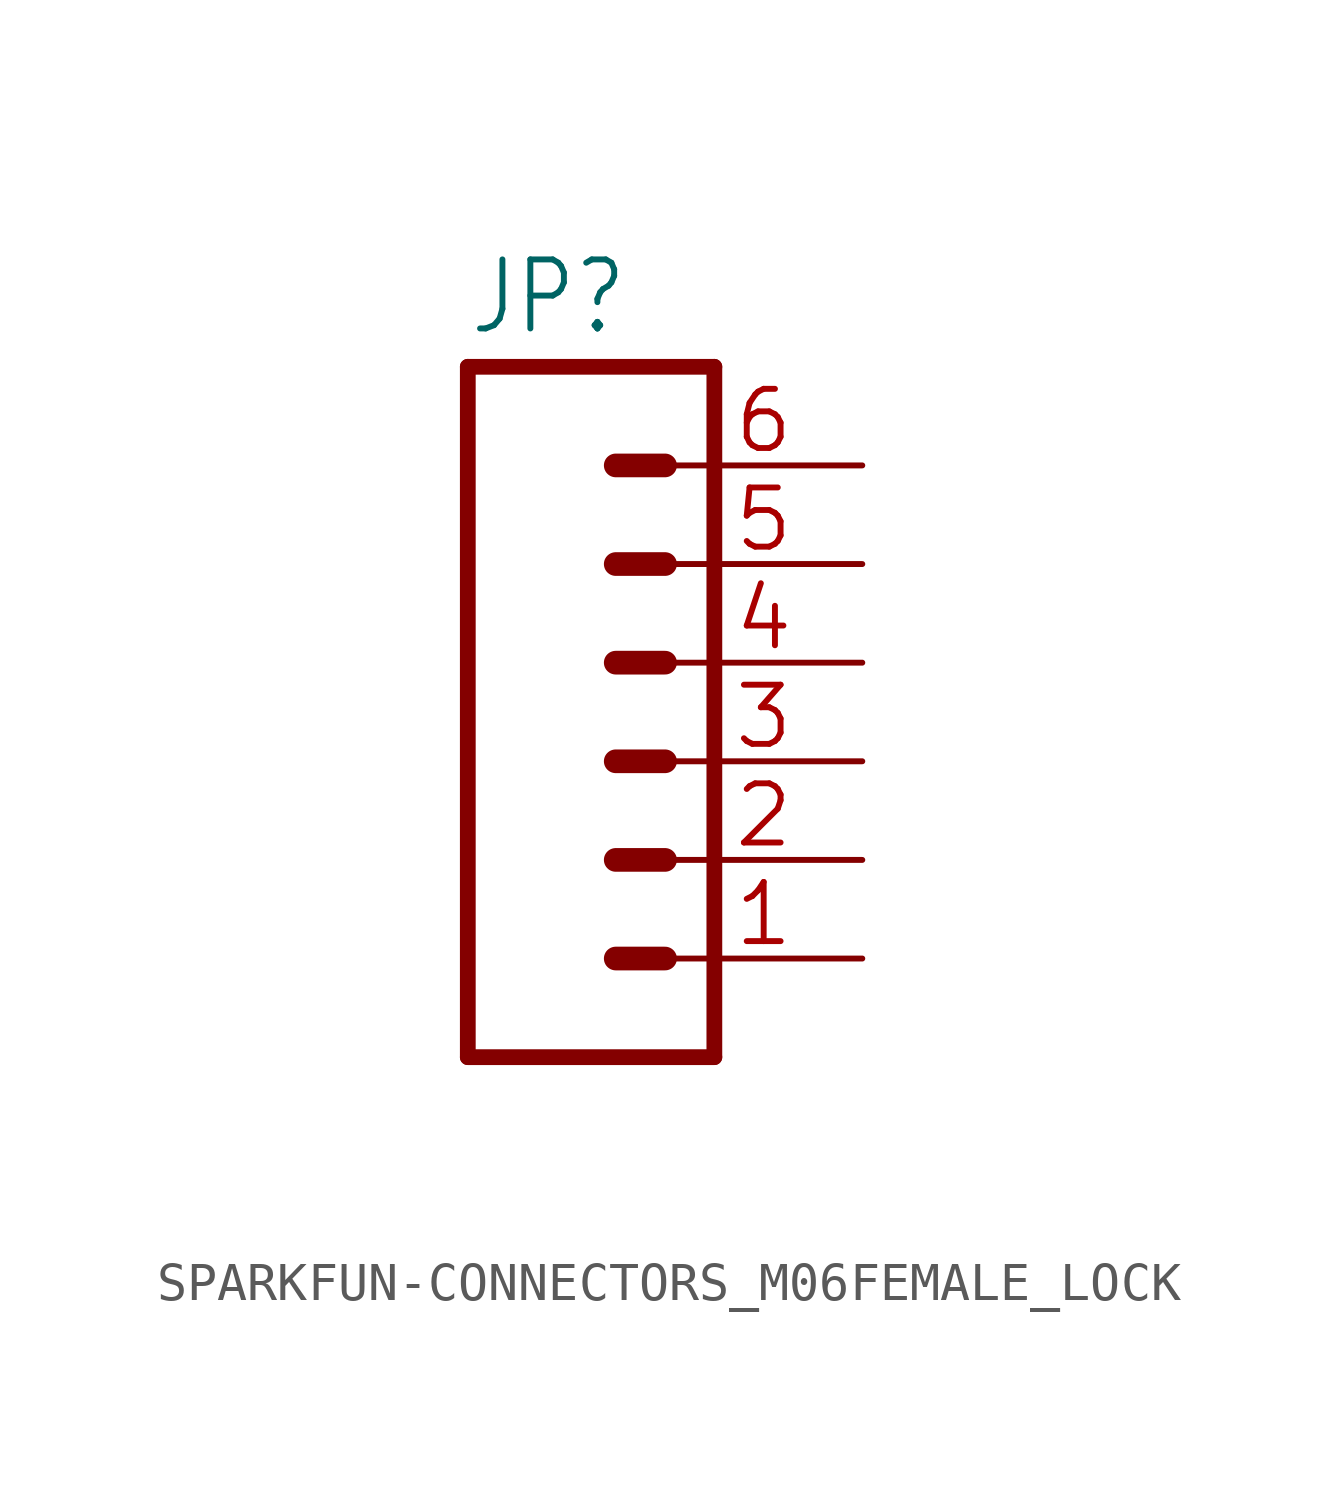
<source format=kicad_sym>
(kicad_symbol_lib
  (version 20241209)
  (generator "kicad_symbol_editor")
  (generator_version "9.0")
  (symbol "SPARKFUN-CONNECTORS_M06FEMALE_LOCK"
    (property "Reference" "JP"
      (at -5.08 10.922 0)
      (effects (font (size 1.778 1.511)) (justify left bottom)))
    (property "Value" ""
      (at -5.08 -10.16 0)
      (effects (font (size 1.778 1.511)) (justify left bottom)))
    (property "ki_locked" ""
      (at 0 0 0)
      (effects (font (size 1.27 1.27))))
    (symbol "SPARKFUN-CONNECTORS_M06FEMALE_LOCK_1_0"
      (polyline (pts (xy -5.08 10.16) (xy -5.08 -7.62)) (stroke (width 0.406) (type solid)) (fill (type none)))
      (polyline (pts (xy -5.08 10.16) (xy 1.27 10.16)) (stroke (width 0.406) (type solid)) (fill (type none)))
      (polyline (pts (xy -1.27 7.62) (xy 0 7.62)) (stroke (width 0.61) (type solid)) (fill (type none)))
      (polyline (pts (xy -1.27 5.08) (xy 0 5.08)) (stroke (width 0.61) (type solid)) (fill (type none)))
      (polyline (pts (xy -1.27 2.54) (xy 0 2.54)) (stroke (width 0.61) (type solid)) (fill (type none)))
      (polyline (pts (xy -1.27 0) (xy 0 0)) (stroke (width 0.61) (type solid)) (fill (type none)))
      (polyline (pts (xy -1.27 -2.54) (xy 0 -2.54)) (stroke (width 0.61) (type solid)) (fill (type none)))
      (polyline (pts (xy -1.27 -5.08) (xy 0 -5.08)) (stroke (width 0.61) (type solid)) (fill (type none)))
      (polyline (pts (xy 1.27 -7.62) (xy -5.08 -7.62)) (stroke (width 0.406) (type solid)) (fill (type none)))
      (polyline (pts (xy 1.27 -7.62) (xy 1.27 10.16)) (stroke (width 0.406) (type solid)) (fill (type none)))
      (pin passive line (at 5.08 7.62 180) (length 5.08) (name "6" (effects (font (size 0 0)))) (number "6" (effects (font (size 1.524 1.524)))))
      (pin passive line (at 5.08 5.08 180) (length 5.08) (name "5" (effects (font (size 0 0)))) (number "5" (effects (font (size 1.524 1.524)))))
      (pin passive line (at 5.08 2.54 180) (length 5.08) (name "4" (effects (font (size 0 0)))) (number "4" (effects (font (size 1.524 1.524)))))
      (pin passive line (at 5.08 0 180) (length 5.08) (name "3" (effects (font (size 0 0)))) (number "3" (effects (font (size 1.524 1.524)))))
      (pin passive line (at 5.08 -2.54 180) (length 5.08) (name "2" (effects (font (size 0 0)))) (number "2" (effects (font (size 1.524 1.524)))))
      (pin passive line (at 5.08 -5.08 180) (length 5.08) (name "1" (effects (font (size 0 0)))) (number "1" (effects (font (size 1.524 1.524))))))))
</source>
